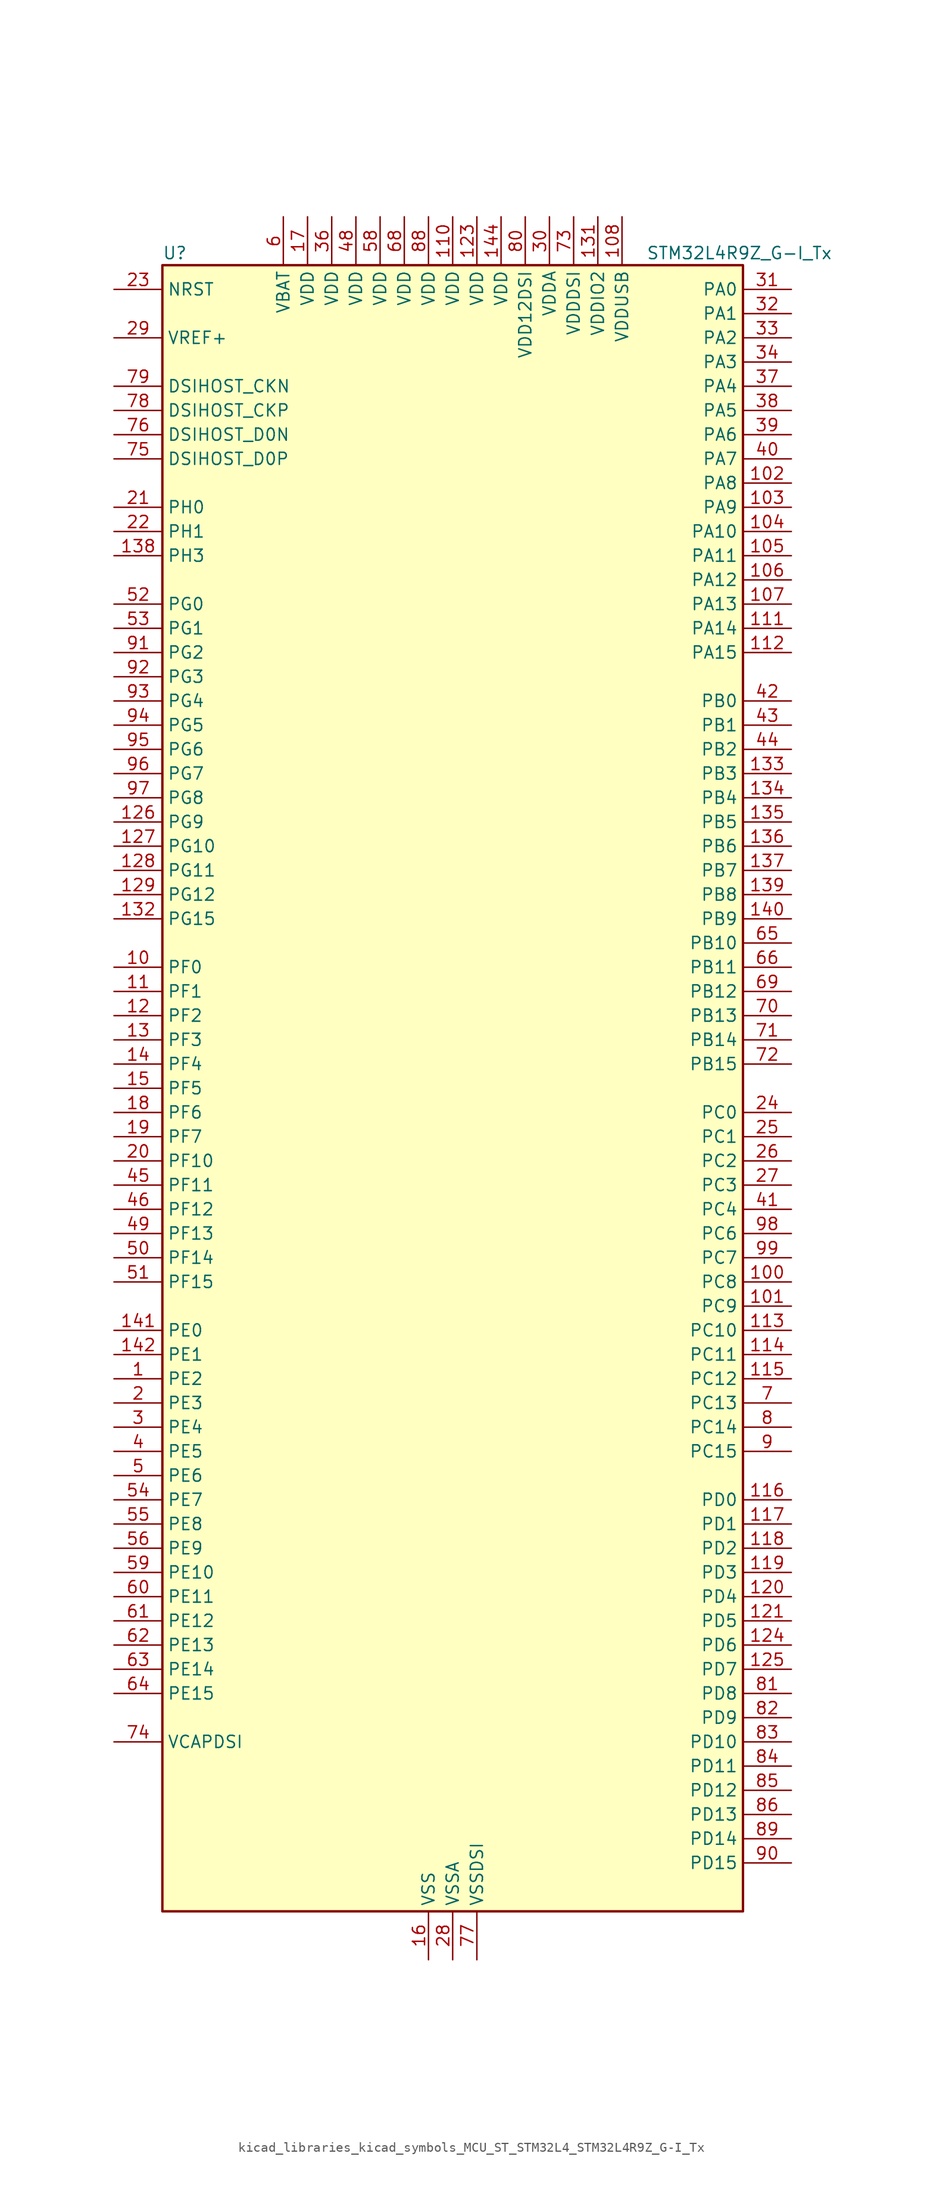
<source format=kicad_sym>
(kicad_symbol_lib
  (version 20220914)
  (generator kicad_symbol_editor)
  (symbol "kicad_libraries_kicad_symbols_MCU_ST_STM32L4_STM32L4R9Z_G-I_Tx"
    (property "Reference" "U"
      (at -30.48 87.63 0)
      (effects (font (size 1.27 1.27)) (justify left)))
    (property "Value" "STM32L4R9Z_G-I_Tx"
      (at 20.32 87.63 0)
      (effects (font (size 1.27 1.27)) (justify left)))
    (property "ki_locked" ""
      (at 0 0 0)
      (effects (font (size 1.27 1.27))))
    (symbol "kicad_libraries_kicad_symbols_MCU_ST_STM32L4_STM32L4R9Z_G-I_Tx_0_1"
      (rectangle (start -30.48 -86.36) (end 30.48 86.36) (stroke (width 0.254) (type default)) (fill (type background))))
    (symbol "kicad_libraries_kicad_symbols_MCU_ST_STM32L4_STM32L4R9Z_G-I_Tx_1_1"
      (pin bidirectional line (at -35.56 -30.48 0) (length 5.08) (name "PE2" (effects (font (size 1.27 1.27)))) (number "1" (effects (font (size 1.27 1.27)))) (alternate "FMC_A23" bidirectional line) (alternate "LTDC_R0" bidirectional line) (alternate "SAI1_CK1" bidirectional line) (alternate "SAI1_MCLK_A" bidirectional line) (alternate "SYS_TRACECLK" bidirectional line) (alternate "TIM3_ETR" bidirectional line) (alternate "TSC_G7_IO1" bidirectional line))
      (pin bidirectional line (at -35.56 12.7 0) (length 5.08) (name "PF0" (effects (font (size 1.27 1.27)))) (number "10" (effects (font (size 1.27 1.27)))) (alternate "FMC_A0" bidirectional line) (alternate "I2C2_SDA" bidirectional line) (alternate "OCTOSPIM_P2_IO0" bidirectional line))
      (pin bidirectional line (at 35.56 -20.32 180) (length 5.08) (name "PC8" (effects (font (size 1.27 1.27)))) (number "100" (effects (font (size 1.27 1.27)))) (alternate "DCMI_D2" bidirectional line) (alternate "SDMMC1_D0" bidirectional line) (alternate "TIM3_CH3" bidirectional line) (alternate "TIM8_CH3" bidirectional line) (alternate "TSC_G4_IO3" bidirectional line))
      (pin bidirectional line (at 35.56 -22.86 180) (length 5.08) (name "PC9" (effects (font (size 1.27 1.27)))) (number "101" (effects (font (size 1.27 1.27)))) (alternate "DAC1_EXTI9" bidirectional line) (alternate "DCMI_D3" bidirectional line) (alternate "I2C3_SDA" bidirectional line) (alternate "SAI2_EXTCLK" bidirectional line) (alternate "SDMMC1_D1" bidirectional line) (alternate "SYS_TRACED0" bidirectional line) (alternate "TIM3_CH4" bidirectional line) (alternate "TIM8_BKIN2" bidirectional line) (alternate "TIM8_CH4" bidirectional line) (alternate "TSC_G4_IO4" bidirectional line) (alternate "USB_OTG_FS_NOE" bidirectional line))
      (pin bidirectional line (at 35.56 63.5 180) (length 5.08) (name "PA8" (effects (font (size 1.27 1.27)))) (number "102" (effects (font (size 1.27 1.27)))) (alternate "LPTIM2_OUT" bidirectional line) (alternate "RCC_MCO" bidirectional line) (alternate "SAI1_CK2" bidirectional line) (alternate "SAI1_SCK_A" bidirectional line) (alternate "TIM1_CH1" bidirectional line) (alternate "USART1_CK" bidirectional line) (alternate "USB_OTG_FS_SOF" bidirectional line))
      (pin bidirectional line (at 35.56 60.96 180) (length 5.08) (name "PA9" (effects (font (size 1.27 1.27)))) (number "103" (effects (font (size 1.27 1.27)))) (alternate "DAC1_EXTI9" bidirectional line) (alternate "DCMI_D0" bidirectional line) (alternate "SAI1_FS_A" bidirectional line) (alternate "SPI2_SCK" bidirectional line) (alternate "TIM15_BKIN" bidirectional line) (alternate "TIM1_CH2" bidirectional line) (alternate "USART1_TX" bidirectional line) (alternate "USB_OTG_FS_VBUS" bidirectional line))
      (pin bidirectional line (at 35.56 58.42 180) (length 5.08) (name "PA10" (effects (font (size 1.27 1.27)))) (number "104" (effects (font (size 1.27 1.27)))) (alternate "DCMI_D1" bidirectional line) (alternate "SAI1_D1" bidirectional line) (alternate "SAI1_SD_A" bidirectional line) (alternate "TIM17_BKIN" bidirectional line) (alternate "TIM1_CH3" bidirectional line) (alternate "USART1_RX" bidirectional line) (alternate "USB_OTG_FS_ID" bidirectional line))
      (pin bidirectional line (at 35.56 55.88 180) (length 5.08) (name "PA11" (effects (font (size 1.27 1.27)))) (number "105" (effects (font (size 1.27 1.27)))) (alternate "ADC1_EXTI11" bidirectional line) (alternate "CAN1_RX" bidirectional line) (alternate "SPI1_MISO" bidirectional line) (alternate "TIM1_BKIN2" bidirectional line) (alternate "TIM1_CH4" bidirectional line) (alternate "USART1_CTS" bidirectional line) (alternate "USART1_NSS" bidirectional line) (alternate "USB_OTG_FS_DM" bidirectional line))
      (pin bidirectional line (at 35.56 53.34 180) (length 5.08) (name "PA12" (effects (font (size 1.27 1.27)))) (number "106" (effects (font (size 1.27 1.27)))) (alternate "CAN1_TX" bidirectional line) (alternate "SPI1_MOSI" bidirectional line) (alternate "TIM1_ETR" bidirectional line) (alternate "USART1_DE" bidirectional line) (alternate "USART1_RTS" bidirectional line) (alternate "USB_OTG_FS_DP" bidirectional line))
      (pin bidirectional line (at 35.56 50.8 180) (length 5.08) (name "PA13" (effects (font (size 1.27 1.27)))) (number "107" (effects (font (size 1.27 1.27)))) (alternate "IR_OUT" bidirectional line) (alternate "SAI1_SD_B" bidirectional line) (alternate "SYS_JTMS-SWDIO" bidirectional line) (alternate "USB_OTG_FS_NOE" bidirectional line))
      (pin power_in line (at 17.78 91.44 270) (length 5.08) (name "VDDUSB" (effects (font (size 1.27 1.27)))) (number "108" (effects (font (size 1.27 1.27)))))
      (pin passive line (at -2.54 -91.44 90) (length 5.08) hide (name "VSS" (effects (font (size 1.27 1.27)))) (number "109" (effects (font (size 1.27 1.27)))))
      (pin bidirectional line (at -35.56 10.16 0) (length 5.08) (name "PF1" (effects (font (size 1.27 1.27)))) (number "11" (effects (font (size 1.27 1.27)))) (alternate "FMC_A1" bidirectional line) (alternate "I2C2_SCL" bidirectional line) (alternate "OCTOSPIM_P2_IO1" bidirectional line))
      (pin power_in line (at 0 91.44 270) (length 5.08) (name "VDD" (effects (font (size 1.27 1.27)))) (number "110" (effects (font (size 1.27 1.27)))))
      (pin bidirectional line (at 35.56 48.26 180) (length 5.08) (name "PA14" (effects (font (size 1.27 1.27)))) (number "111" (effects (font (size 1.27 1.27)))) (alternate "I2C1_SMBA" bidirectional line) (alternate "I2C4_SMBA" bidirectional line) (alternate "LPTIM1_OUT" bidirectional line) (alternate "SAI1_FS_B" bidirectional line) (alternate "SYS_JTCK-SWCLK" bidirectional line) (alternate "USB_OTG_FS_SOF" bidirectional line))
      (pin bidirectional line (at 35.56 45.72 180) (length 5.08) (name "PA15" (effects (font (size 1.27 1.27)))) (number "112" (effects (font (size 1.27 1.27)))) (alternate "ADC1_EXTI15" bidirectional line) (alternate "SAI2_FS_B" bidirectional line) (alternate "SPI1_NSS" bidirectional line) (alternate "SPI3_NSS" bidirectional line) (alternate "SYS_JTDI" bidirectional line) (alternate "TIM2_CH1" bidirectional line) (alternate "TIM2_ETR" bidirectional line) (alternate "TSC_G3_IO1" bidirectional line) (alternate "UART4_DE" bidirectional line) (alternate "UART4_RTS" bidirectional line) (alternate "USART2_RX" bidirectional line) (alternate "USART3_DE" bidirectional line) (alternate "USART3_RTS" bidirectional line))
      (pin bidirectional line (at 35.56 -25.4 180) (length 5.08) (name "PC10" (effects (font (size 1.27 1.27)))) (number "113" (effects (font (size 1.27 1.27)))) (alternate "DCMI_D8" bidirectional line) (alternate "SAI2_SCK_B" bidirectional line) (alternate "SDMMC1_D2" bidirectional line) (alternate "SPI3_SCK" bidirectional line) (alternate "SYS_TRACED1" bidirectional line) (alternate "TSC_G3_IO2" bidirectional line) (alternate "UART4_TX" bidirectional line) (alternate "USART3_TX" bidirectional line))
      (pin bidirectional line (at 35.56 -27.94 180) (length 5.08) (name "PC11" (effects (font (size 1.27 1.27)))) (number "114" (effects (font (size 1.27 1.27)))) (alternate "ADC1_EXTI11" bidirectional line) (alternate "DCMI_D2" bidirectional line) (alternate "DCMI_D4" bidirectional line) (alternate "OCTOSPIM_P1_NCS" bidirectional line) (alternate "SAI2_MCLK_B" bidirectional line) (alternate "SDMMC1_D3" bidirectional line) (alternate "SPI3_MISO" bidirectional line) (alternate "TSC_G3_IO3" bidirectional line) (alternate "UART4_RX" bidirectional line) (alternate "USART3_RX" bidirectional line))
      (pin bidirectional line (at 35.56 -30.48 180) (length 5.08) (name "PC12" (effects (font (size 1.27 1.27)))) (number "115" (effects (font (size 1.27 1.27)))) (alternate "DCMI_D9" bidirectional line) (alternate "SAI2_SD_B" bidirectional line) (alternate "SDMMC1_CK" bidirectional line) (alternate "SPI3_MOSI" bidirectional line) (alternate "SYS_TRACED3" bidirectional line) (alternate "TSC_G3_IO4" bidirectional line) (alternate "UART5_TX" bidirectional line) (alternate "USART3_CK" bidirectional line))
      (pin bidirectional line (at 35.56 -43.18 180) (length 5.08) (name "PD0" (effects (font (size 1.27 1.27)))) (number "116" (effects (font (size 1.27 1.27)))) (alternate "CAN1_RX" bidirectional line) (alternate "DFSDM1_DATIN7" bidirectional line) (alternate "FMC_D2" bidirectional line) (alternate "FMC_DA2" bidirectional line) (alternate "LTDC_B4" bidirectional line) (alternate "SPI2_NSS" bidirectional line))
      (pin bidirectional line (at 35.56 -45.72 180) (length 5.08) (name "PD1" (effects (font (size 1.27 1.27)))) (number "117" (effects (font (size 1.27 1.27)))) (alternate "CAN1_TX" bidirectional line) (alternate "DFSDM1_CKIN7" bidirectional line) (alternate "FMC_D3" bidirectional line) (alternate "FMC_DA3" bidirectional line) (alternate "LTDC_B5" bidirectional line) (alternate "SPI2_SCK" bidirectional line))
      (pin bidirectional line (at 35.56 -48.26 180) (length 5.08) (name "PD2" (effects (font (size 1.27 1.27)))) (number "118" (effects (font (size 1.27 1.27)))) (alternate "DCMI_D11" bidirectional line) (alternate "SDMMC1_CMD" bidirectional line) (alternate "SYS_TRACED2" bidirectional line) (alternate "TIM3_ETR" bidirectional line) (alternate "TSC_SYNC" bidirectional line) (alternate "UART5_RX" bidirectional line) (alternate "USART3_DE" bidirectional line) (alternate "USART3_RTS" bidirectional line))
      (pin bidirectional line (at 35.56 -50.8 180) (length 5.08) (name "PD3" (effects (font (size 1.27 1.27)))) (number "119" (effects (font (size 1.27 1.27)))) (alternate "DCMI_D5" bidirectional line) (alternate "DFSDM1_DATIN0" bidirectional line) (alternate "FMC_CLK" bidirectional line) (alternate "LTDC_CLK" bidirectional line) (alternate "OCTOSPIM_P2_NCS" bidirectional line) (alternate "SPI2_MISO" bidirectional line) (alternate "SPI2_SCK" bidirectional line) (alternate "USART2_CTS" bidirectional line) (alternate "USART2_NSS" bidirectional line))
      (pin bidirectional line (at -35.56 7.62 0) (length 5.08) (name "PF2" (effects (font (size 1.27 1.27)))) (number "12" (effects (font (size 1.27 1.27)))) (alternate "FMC_A2" bidirectional line) (alternate "I2C2_SMBA" bidirectional line) (alternate "OCTOSPIM_P2_IO2" bidirectional line))
      (pin bidirectional line (at 35.56 -53.34 180) (length 5.08) (name "PD4" (effects (font (size 1.27 1.27)))) (number "120" (effects (font (size 1.27 1.27)))) (alternate "DFSDM1_CKIN0" bidirectional line) (alternate "FMC_NOE" bidirectional line) (alternate "OCTOSPIM_P1_IO4" bidirectional line) (alternate "SPI2_MOSI" bidirectional line) (alternate "USART2_DE" bidirectional line) (alternate "USART2_RTS" bidirectional line))
      (pin bidirectional line (at 35.56 -55.88 180) (length 5.08) (name "PD5" (effects (font (size 1.27 1.27)))) (number "121" (effects (font (size 1.27 1.27)))) (alternate "FMC_NWE" bidirectional line) (alternate "OCTOSPIM_P1_IO5" bidirectional line) (alternate "USART2_TX" bidirectional line))
      (pin passive line (at -2.54 -91.44 90) (length 5.08) hide (name "VSS" (effects (font (size 1.27 1.27)))) (number "122" (effects (font (size 1.27 1.27)))))
      (pin power_in line (at 2.54 91.44 270) (length 5.08) (name "VDD" (effects (font (size 1.27 1.27)))) (number "123" (effects (font (size 1.27 1.27)))))
      (pin bidirectional line (at 35.56 -58.42 180) (length 5.08) (name "PD6" (effects (font (size 1.27 1.27)))) (number "124" (effects (font (size 1.27 1.27)))) (alternate "DCMI_D10" bidirectional line) (alternate "DFSDM1_DATIN1" bidirectional line) (alternate "FMC_NWAIT" bidirectional line) (alternate "LTDC_DE" bidirectional line) (alternate "OCTOSPIM_P1_IO6" bidirectional line) (alternate "SAI1_D1" bidirectional line) (alternate "SAI1_SD_A" bidirectional line) (alternate "SPI3_MOSI" bidirectional line) (alternate "USART2_RX" bidirectional line))
      (pin bidirectional line (at 35.56 -60.96 180) (length 5.08) (name "PD7" (effects (font (size 1.27 1.27)))) (number "125" (effects (font (size 1.27 1.27)))) (alternate "DFSDM1_CKIN1" bidirectional line) (alternate "FMC_NCE" bidirectional line) (alternate "FMC_NE1" bidirectional line) (alternate "OCTOSPIM_P1_IO7" bidirectional line) (alternate "USART2_CK" bidirectional line))
      (pin bidirectional line (at -35.56 27.94 0) (length 5.08) (name "PG9" (effects (font (size 1.27 1.27)))) (number "126" (effects (font (size 1.27 1.27)))) (alternate "DAC1_EXTI9" bidirectional line) (alternate "FMC_NCE" bidirectional line) (alternate "FMC_NE2" bidirectional line) (alternate "OCTOSPIM_P2_IO6" bidirectional line) (alternate "SAI2_SCK_A" bidirectional line) (alternate "SPI3_SCK" bidirectional line) (alternate "TIM15_CH1N" bidirectional line) (alternate "USART1_TX" bidirectional line))
      (pin bidirectional line (at -35.56 25.4 0) (length 5.08) (name "PG10" (effects (font (size 1.27 1.27)))) (number "127" (effects (font (size 1.27 1.27)))) (alternate "FMC_NE3" bidirectional line) (alternate "LPTIM1_IN1" bidirectional line) (alternate "OCTOSPIM_P2_IO7" bidirectional line) (alternate "SAI2_FS_A" bidirectional line) (alternate "SPI3_MISO" bidirectional line) (alternate "TIM15_CH1" bidirectional line) (alternate "USART1_RX" bidirectional line))
      (pin bidirectional line (at -35.56 22.86 0) (length 5.08) (name "PG11" (effects (font (size 1.27 1.27)))) (number "128" (effects (font (size 1.27 1.27)))) (alternate "ADC1_EXTI11" bidirectional line) (alternate "LPTIM1_IN2" bidirectional line) (alternate "OCTOSPIM_P1_IO5" bidirectional line) (alternate "SAI2_MCLK_A" bidirectional line) (alternate "SPI3_MOSI" bidirectional line) (alternate "TIM15_CH2" bidirectional line) (alternate "USART1_CTS" bidirectional line) (alternate "USART1_NSS" bidirectional line))
      (pin bidirectional line (at -35.56 20.32 0) (length 5.08) (name "PG12" (effects (font (size 1.27 1.27)))) (number "129" (effects (font (size 1.27 1.27)))) (alternate "FMC_NE4" bidirectional line) (alternate "LPTIM1_ETR" bidirectional line) (alternate "OCTOSPIM_P2_NCS" bidirectional line) (alternate "SAI2_SD_A" bidirectional line) (alternate "SPI3_NSS" bidirectional line) (alternate "USART1_DE" bidirectional line) (alternate "USART1_RTS" bidirectional line))
      (pin bidirectional line (at -35.56 5.08 0) (length 5.08) (name "PF3" (effects (font (size 1.27 1.27)))) (number "13" (effects (font (size 1.27 1.27)))) (alternate "FMC_A3" bidirectional line) (alternate "OCTOSPIM_P2_IO3" bidirectional line))
      (pin passive line (at -2.54 -91.44 90) (length 5.08) hide (name "VSS" (effects (font (size 1.27 1.27)))) (number "130" (effects (font (size 1.27 1.27)))))
      (pin power_in line (at 15.24 91.44 270) (length 5.08) (name "VDDIO2" (effects (font (size 1.27 1.27)))) (number "131" (effects (font (size 1.27 1.27)))))
      (pin bidirectional line (at -35.56 17.78 0) (length 5.08) (name "PG15" (effects (font (size 1.27 1.27)))) (number "132" (effects (font (size 1.27 1.27)))) (alternate "ADC1_EXTI15" bidirectional line) (alternate "DCMI_D13" bidirectional line) (alternate "I2C1_SMBA" bidirectional line) (alternate "LPTIM1_OUT" bidirectional line) (alternate "OCTOSPIM_P2_DQS" bidirectional line))
      (pin bidirectional line (at 35.56 33.02 180) (length 5.08) (name "PB3" (effects (font (size 1.27 1.27)))) (number "133" (effects (font (size 1.27 1.27)))) (alternate "COMP2_INM" bidirectional line) (alternate "CRS_SYNC" bidirectional line) (alternate "SAI1_SCK_B" bidirectional line) (alternate "SPI1_SCK" bidirectional line) (alternate "SPI3_SCK" bidirectional line) (alternate "SYS_JTDO-SWO" bidirectional line) (alternate "TIM2_CH2" bidirectional line) (alternate "USART1_DE" bidirectional line) (alternate "USART1_RTS" bidirectional line))
      (pin bidirectional line (at 35.56 30.48 180) (length 5.08) (name "PB4" (effects (font (size 1.27 1.27)))) (number "134" (effects (font (size 1.27 1.27)))) (alternate "COMP2_INP" bidirectional line) (alternate "DCMI_D12" bidirectional line) (alternate "I2C3_SDA" bidirectional line) (alternate "SAI1_MCLK_B" bidirectional line) (alternate "SPI1_MISO" bidirectional line) (alternate "SPI3_MISO" bidirectional line) (alternate "SYS_JTRST" bidirectional line) (alternate "TIM17_BKIN" bidirectional line) (alternate "TIM3_CH1" bidirectional line) (alternate "TSC_G2_IO1" bidirectional line) (alternate "UART5_DE" bidirectional line) (alternate "UART5_RTS" bidirectional line) (alternate "USART1_CTS" bidirectional line) (alternate "USART1_NSS" bidirectional line))
      (pin bidirectional line (at 35.56 27.94 180) (length 5.08) (name "PB5" (effects (font (size 1.27 1.27)))) (number "135" (effects (font (size 1.27 1.27)))) (alternate "COMP2_OUT" bidirectional line) (alternate "DCMI_D10" bidirectional line) (alternate "I2C1_SMBA" bidirectional line) (alternate "LPTIM1_IN1" bidirectional line) (alternate "SAI1_SD_B" bidirectional line) (alternate "SPI1_MOSI" bidirectional line) (alternate "SPI3_MOSI" bidirectional line) (alternate "TIM16_BKIN" bidirectional line) (alternate "TIM3_CH2" bidirectional line) (alternate "TSC_G2_IO2" bidirectional line) (alternate "UART5_CTS" bidirectional line) (alternate "USART1_CK" bidirectional line))
      (pin bidirectional line (at 35.56 25.4 180) (length 5.08) (name "PB6" (effects (font (size 1.27 1.27)))) (number "136" (effects (font (size 1.27 1.27)))) (alternate "COMP2_INP" bidirectional line) (alternate "DCMI_D5" bidirectional line) (alternate "DFSDM1_DATIN5" bidirectional line) (alternate "I2C1_SCL" bidirectional line) (alternate "I2C4_SCL" bidirectional line) (alternate "LPTIM1_ETR" bidirectional line) (alternate "SAI1_FS_B" bidirectional line) (alternate "TIM16_CH1N" bidirectional line) (alternate "TIM4_CH1" bidirectional line) (alternate "TIM8_BKIN2" bidirectional line) (alternate "TSC_G2_IO3" bidirectional line) (alternate "USART1_TX" bidirectional line))
      (pin bidirectional line (at 35.56 22.86 180) (length 5.08) (name "PB7" (effects (font (size 1.27 1.27)))) (number "137" (effects (font (size 1.27 1.27)))) (alternate "COMP2_INM" bidirectional line) (alternate "DCMI_VSYNC" bidirectional line) (alternate "DFSDM1_CKIN5" bidirectional line) (alternate "DSIHOST_TE" bidirectional line) (alternate "FMC_NL" bidirectional line) (alternate "I2C1_SDA" bidirectional line) (alternate "I2C4_SDA" bidirectional line) (alternate "LPTIM1_IN2" bidirectional line) (alternate "SYS_PVD_IN" bidirectional line) (alternate "TIM17_CH1N" bidirectional line) (alternate "TIM4_CH2" bidirectional line) (alternate "TIM8_BKIN" bidirectional line) (alternate "TSC_G2_IO4" bidirectional line) (alternate "UART4_CTS" bidirectional line) (alternate "USART1_RX" bidirectional line))
      (pin bidirectional line (at -35.56 55.88 0) (length 5.08) (name "PH3" (effects (font (size 1.27 1.27)))) (number "138" (effects (font (size 1.27 1.27)))))
      (pin bidirectional line (at 35.56 20.32 180) (length 5.08) (name "PB8" (effects (font (size 1.27 1.27)))) (number "139" (effects (font (size 1.27 1.27)))) (alternate "CAN1_RX" bidirectional line) (alternate "DCMI_D6" bidirectional line) (alternate "DFSDM1_CKOUT" bidirectional line) (alternate "DFSDM1_DATIN6" bidirectional line) (alternate "I2C1_SCL" bidirectional line) (alternate "LTDC_B1" bidirectional line) (alternate "SAI1_CK1" bidirectional line) (alternate "SAI1_MCLK_A" bidirectional line) (alternate "SDMMC1_CKIN" bidirectional line) (alternate "SDMMC1_D4" bidirectional line) (alternate "TIM16_CH1" bidirectional line) (alternate "TIM4_CH3" bidirectional line))
      (pin bidirectional line (at -35.56 2.54 0) (length 5.08) (name "PF4" (effects (font (size 1.27 1.27)))) (number "14" (effects (font (size 1.27 1.27)))) (alternate "FMC_A4" bidirectional line) (alternate "OCTOSPIM_P2_CLK" bidirectional line))
      (pin bidirectional line (at 35.56 17.78 180) (length 5.08) (name "PB9" (effects (font (size 1.27 1.27)))) (number "140" (effects (font (size 1.27 1.27)))) (alternate "CAN1_TX" bidirectional line) (alternate "DAC1_EXTI9" bidirectional line) (alternate "DCMI_D7" bidirectional line) (alternate "DFSDM1_CKIN6" bidirectional line) (alternate "I2C1_SDA" bidirectional line) (alternate "IR_OUT" bidirectional line) (alternate "SAI1_D2" bidirectional line) (alternate "SAI1_FS_A" bidirectional line) (alternate "SDMMC1_CDIR" bidirectional line) (alternate "SDMMC1_D5" bidirectional line) (alternate "SPI2_NSS" bidirectional line) (alternate "TIM17_CH1" bidirectional line) (alternate "TIM4_CH4" bidirectional line))
      (pin bidirectional line (at -35.56 -25.4 0) (length 5.08) (name "PE0" (effects (font (size 1.27 1.27)))) (number "141" (effects (font (size 1.27 1.27)))) (alternate "DCMI_D2" bidirectional line) (alternate "FMC_NBL0" bidirectional line) (alternate "LTDC_HSYNC" bidirectional line) (alternate "TIM16_CH1" bidirectional line) (alternate "TIM4_ETR" bidirectional line))
      (pin bidirectional line (at -35.56 -27.94 0) (length 5.08) (name "PE1" (effects (font (size 1.27 1.27)))) (number "142" (effects (font (size 1.27 1.27)))) (alternate "DCMI_D3" bidirectional line) (alternate "FMC_NBL1" bidirectional line) (alternate "LTDC_VSYNC" bidirectional line) (alternate "TIM17_CH1" bidirectional line))
      (pin passive line (at -2.54 -91.44 90) (length 5.08) hide (name "VSS" (effects (font (size 1.27 1.27)))) (number "143" (effects (font (size 1.27 1.27)))))
      (pin power_in line (at 5.08 91.44 270) (length 5.08) (name "VDD" (effects (font (size 1.27 1.27)))) (number "144" (effects (font (size 1.27 1.27)))))
      (pin bidirectional line (at -35.56 0 0) (length 5.08) (name "PF5" (effects (font (size 1.27 1.27)))) (number "15" (effects (font (size 1.27 1.27)))) (alternate "FMC_A5" bidirectional line))
      (pin power_in line (at -2.54 -91.44 90) (length 5.08) (name "VSS" (effects (font (size 1.27 1.27)))) (number "16" (effects (font (size 1.27 1.27)))))
      (pin power_in line (at -15.24 91.44 270) (length 5.08) (name "VDD" (effects (font (size 1.27 1.27)))) (number "17" (effects (font (size 1.27 1.27)))))
      (pin bidirectional line (at -35.56 -2.54 0) (length 5.08) (name "PF6" (effects (font (size 1.27 1.27)))) (number "18" (effects (font (size 1.27 1.27)))) (alternate "OCTOSPIM_P1_IO3" bidirectional line) (alternate "SAI1_SD_B" bidirectional line) (alternate "TIM5_CH1" bidirectional line) (alternate "TIM5_ETR" bidirectional line))
      (pin bidirectional line (at -35.56 -5.08 0) (length 5.08) (name "PF7" (effects (font (size 1.27 1.27)))) (number "19" (effects (font (size 1.27 1.27)))) (alternate "OCTOSPIM_P1_IO2" bidirectional line) (alternate "SAI1_MCLK_B" bidirectional line) (alternate "TIM5_CH2" bidirectional line))
      (pin bidirectional line (at -35.56 -33.02 0) (length 5.08) (name "PE3" (effects (font (size 1.27 1.27)))) (number "2" (effects (font (size 1.27 1.27)))) (alternate "FMC_A19" bidirectional line) (alternate "LTDC_R1" bidirectional line) (alternate "OCTOSPIM_P1_DQS" bidirectional line) (alternate "SAI1_SD_B" bidirectional line) (alternate "SYS_TRACED0" bidirectional line) (alternate "TIM3_CH1" bidirectional line) (alternate "TSC_G7_IO2" bidirectional line))
      (pin bidirectional line (at -35.56 -7.62 0) (length 5.08) (name "PF10" (effects (font (size 1.27 1.27)))) (number "20" (effects (font (size 1.27 1.27)))) (alternate "DCMI_D11" bidirectional line) (alternate "DFSDM1_CKOUT" bidirectional line) (alternate "OCTOSPIM_P1_CLK" bidirectional line) (alternate "SAI1_D3" bidirectional line) (alternate "TIM15_CH2" bidirectional line))
      (pin bidirectional line (at -35.56 60.96 0) (length 5.08) (name "PH0" (effects (font (size 1.27 1.27)))) (number "21" (effects (font (size 1.27 1.27)))) (alternate "RCC_OSC_IN" bidirectional line))
      (pin bidirectional line (at -35.56 58.42 0) (length 5.08) (name "PH1" (effects (font (size 1.27 1.27)))) (number "22" (effects (font (size 1.27 1.27)))) (alternate "RCC_OSC_OUT" bidirectional line))
      (pin input line (at -35.56 83.82 0) (length 5.08) (name "NRST" (effects (font (size 1.27 1.27)))) (number "23" (effects (font (size 1.27 1.27)))))
      (pin bidirectional line (at 35.56 -2.54 180) (length 5.08) (name "PC0" (effects (font (size 1.27 1.27)))) (number "24" (effects (font (size 1.27 1.27)))) (alternate "ADC1_IN1" bidirectional line) (alternate "DFSDM1_DATIN4" bidirectional line) (alternate "I2C3_SCL" bidirectional line) (alternate "LPTIM1_IN1" bidirectional line) (alternate "LPTIM2_IN1" bidirectional line) (alternate "LPUART1_RX" bidirectional line) (alternate "SAI2_FS_A" bidirectional line))
      (pin bidirectional line (at 35.56 -5.08 180) (length 5.08) (name "PC1" (effects (font (size 1.27 1.27)))) (number "25" (effects (font (size 1.27 1.27)))) (alternate "ADC1_IN2" bidirectional line) (alternate "DFSDM1_CKIN4" bidirectional line) (alternate "I2C3_SDA" bidirectional line) (alternate "LPTIM1_OUT" bidirectional line) (alternate "LPUART1_TX" bidirectional line) (alternate "OCTOSPIM_P1_IO4" bidirectional line) (alternate "SAI1_SD_A" bidirectional line) (alternate "SPI2_MOSI" bidirectional line) (alternate "SYS_TRACED0" bidirectional line))
      (pin bidirectional line (at 35.56 -7.62 180) (length 5.08) (name "PC2" (effects (font (size 1.27 1.27)))) (number "26" (effects (font (size 1.27 1.27)))) (alternate "ADC1_IN3" bidirectional line) (alternate "DFSDM1_CKOUT" bidirectional line) (alternate "LPTIM1_IN2" bidirectional line) (alternate "OCTOSPIM_P1_IO5" bidirectional line) (alternate "SPI2_MISO" bidirectional line))
      (pin bidirectional line (at 35.56 -10.16 180) (length 5.08) (name "PC3" (effects (font (size 1.27 1.27)))) (number "27" (effects (font (size 1.27 1.27)))) (alternate "ADC1_IN4" bidirectional line) (alternate "LPTIM1_ETR" bidirectional line) (alternate "LPTIM2_ETR" bidirectional line) (alternate "OCTOSPIM_P1_IO6" bidirectional line) (alternate "SAI1_D1" bidirectional line) (alternate "SAI1_SD_A" bidirectional line) (alternate "SPI2_MOSI" bidirectional line))
      (pin power_in line (at 0 -91.44 90) (length 5.08) (name "VSSA" (effects (font (size 1.27 1.27)))) (number "28" (effects (font (size 1.27 1.27)))))
      (pin input line (at -35.56 78.74 0) (length 5.08) (name "VREF+" (effects (font (size 1.27 1.27)))) (number "29" (effects (font (size 1.27 1.27)))) (alternate "VREFBUF_OUT" bidirectional line))
      (pin bidirectional line (at -35.56 -35.56 0) (length 5.08) (name "PE4" (effects (font (size 1.27 1.27)))) (number "3" (effects (font (size 1.27 1.27)))) (alternate "DCMI_D4" bidirectional line) (alternate "DFSDM1_DATIN3" bidirectional line) (alternate "FMC_A20" bidirectional line) (alternate "LTDC_B0" bidirectional line) (alternate "SAI1_D2" bidirectional line) (alternate "SAI1_FS_A" bidirectional line) (alternate "SYS_TRACED1" bidirectional line) (alternate "TIM3_CH2" bidirectional line) (alternate "TSC_G7_IO3" bidirectional line))
      (pin power_in line (at 10.16 91.44 270) (length 5.08) (name "VDDA" (effects (font (size 1.27 1.27)))) (number "30" (effects (font (size 1.27 1.27)))))
      (pin bidirectional line (at 35.56 83.82 180) (length 5.08) (name "PA0" (effects (font (size 1.27 1.27)))) (number "31" (effects (font (size 1.27 1.27)))) (alternate "ADC1_IN5" bidirectional line) (alternate "OPAMP1_VINP" bidirectional line) (alternate "RTC_TAMP2" bidirectional line) (alternate "SAI1_EXTCLK" bidirectional line) (alternate "SYS_WKUP1" bidirectional line) (alternate "TIM2_CH1" bidirectional line) (alternate "TIM2_ETR" bidirectional line) (alternate "TIM5_CH1" bidirectional line) (alternate "TIM8_ETR" bidirectional line) (alternate "UART4_TX" bidirectional line) (alternate "USART2_CTS" bidirectional line) (alternate "USART2_NSS" bidirectional line))
      (pin bidirectional line (at 35.56 81.28 180) (length 5.08) (name "PA1" (effects (font (size 1.27 1.27)))) (number "32" (effects (font (size 1.27 1.27)))) (alternate "ADC1_IN6" bidirectional line) (alternate "I2C1_SMBA" bidirectional line) (alternate "OCTOSPIM_P1_DQS" bidirectional line) (alternate "OPAMP1_VINM" bidirectional line) (alternate "SPI1_SCK" bidirectional line) (alternate "TIM15_CH1N" bidirectional line) (alternate "TIM2_CH2" bidirectional line) (alternate "TIM5_CH2" bidirectional line) (alternate "UART4_RX" bidirectional line) (alternate "USART2_DE" bidirectional line) (alternate "USART2_RTS" bidirectional line))
      (pin bidirectional line (at 35.56 78.74 180) (length 5.08) (name "PA2" (effects (font (size 1.27 1.27)))) (number "33" (effects (font (size 1.27 1.27)))) (alternate "ADC1_IN7" bidirectional line) (alternate "LPUART1_TX" bidirectional line) (alternate "OCTOSPIM_P1_NCS" bidirectional line) (alternate "RCC_LSCO" bidirectional line) (alternate "SAI2_EXTCLK" bidirectional line) (alternate "SYS_WKUP4" bidirectional line) (alternate "TIM15_CH1" bidirectional line) (alternate "TIM2_CH3" bidirectional line) (alternate "TIM5_CH3" bidirectional line) (alternate "USART2_TX" bidirectional line))
      (pin bidirectional line (at 35.56 76.2 180) (length 5.08) (name "PA3" (effects (font (size 1.27 1.27)))) (number "34" (effects (font (size 1.27 1.27)))) (alternate "ADC1_IN8" bidirectional line) (alternate "LPUART1_RX" bidirectional line) (alternate "OCTOSPIM_P1_CLK" bidirectional line) (alternate "OPAMP1_VOUT" bidirectional line) (alternate "SAI1_CK1" bidirectional line) (alternate "SAI1_MCLK_A" bidirectional line) (alternate "TIM15_CH2" bidirectional line) (alternate "TIM2_CH4" bidirectional line) (alternate "TIM5_CH4" bidirectional line) (alternate "USART2_RX" bidirectional line))
      (pin passive line (at -2.54 -91.44 90) (length 5.08) hide (name "VSS" (effects (font (size 1.27 1.27)))) (number "35" (effects (font (size 1.27 1.27)))))
      (pin power_in line (at -12.7 91.44 270) (length 5.08) (name "VDD" (effects (font (size 1.27 1.27)))) (number "36" (effects (font (size 1.27 1.27)))))
      (pin bidirectional line (at 35.56 73.66 180) (length 5.08) (name "PA4" (effects (font (size 1.27 1.27)))) (number "37" (effects (font (size 1.27 1.27)))) (alternate "ADC1_IN9" bidirectional line) (alternate "DAC1_OUT1" bidirectional line) (alternate "DCMI_HSYNC" bidirectional line) (alternate "LPTIM2_OUT" bidirectional line) (alternate "OCTOSPIM_P1_NCS" bidirectional line) (alternate "SAI1_FS_B" bidirectional line) (alternate "SPI1_NSS" bidirectional line) (alternate "SPI3_NSS" bidirectional line) (alternate "USART2_CK" bidirectional line))
      (pin bidirectional line (at 35.56 71.12 180) (length 5.08) (name "PA5" (effects (font (size 1.27 1.27)))) (number "38" (effects (font (size 1.27 1.27)))) (alternate "ADC1_IN10" bidirectional line) (alternate "DAC1_OUT2" bidirectional line) (alternate "LPTIM2_ETR" bidirectional line) (alternate "SPI1_SCK" bidirectional line) (alternate "TIM2_CH1" bidirectional line) (alternate "TIM2_ETR" bidirectional line) (alternate "TIM8_CH1N" bidirectional line))
      (pin bidirectional line (at 35.56 68.58 180) (length 5.08) (name "PA6" (effects (font (size 1.27 1.27)))) (number "39" (effects (font (size 1.27 1.27)))) (alternate "ADC1_IN11" bidirectional line) (alternate "DCMI_PIXCLK" bidirectional line) (alternate "LPUART1_CTS" bidirectional line) (alternate "OCTOSPIM_P1_IO3" bidirectional line) (alternate "OPAMP2_VINP" bidirectional line) (alternate "SPI1_MISO" bidirectional line) (alternate "TIM16_CH1" bidirectional line) (alternate "TIM1_BKIN" bidirectional line) (alternate "TIM3_CH1" bidirectional line) (alternate "TIM8_BKIN" bidirectional line) (alternate "USART3_CTS" bidirectional line) (alternate "USART3_NSS" bidirectional line))
      (pin bidirectional line (at -35.56 -38.1 0) (length 5.08) (name "PE5" (effects (font (size 1.27 1.27)))) (number "4" (effects (font (size 1.27 1.27)))) (alternate "DCMI_D6" bidirectional line) (alternate "DFSDM1_CKIN3" bidirectional line) (alternate "FMC_A21" bidirectional line) (alternate "LTDC_G0" bidirectional line) (alternate "SAI1_CK2" bidirectional line) (alternate "SAI1_SCK_A" bidirectional line) (alternate "SYS_TRACED2" bidirectional line) (alternate "TIM3_CH3" bidirectional line) (alternate "TSC_G7_IO4" bidirectional line))
      (pin bidirectional line (at 35.56 66.04 180) (length 5.08) (name "PA7" (effects (font (size 1.27 1.27)))) (number "40" (effects (font (size 1.27 1.27)))) (alternate "ADC1_IN12" bidirectional line) (alternate "I2C3_SCL" bidirectional line) (alternate "OCTOSPIM_P1_IO2" bidirectional line) (alternate "OPAMP2_VINM" bidirectional line) (alternate "SPI1_MOSI" bidirectional line) (alternate "TIM17_CH1" bidirectional line) (alternate "TIM1_CH1N" bidirectional line) (alternate "TIM3_CH2" bidirectional line) (alternate "TIM8_CH1N" bidirectional line))
      (pin bidirectional line (at 35.56 -12.7 180) (length 5.08) (name "PC4" (effects (font (size 1.27 1.27)))) (number "41" (effects (font (size 1.27 1.27)))) (alternate "ADC1_IN13" bidirectional line) (alternate "COMP1_INM" bidirectional line) (alternate "OCTOSPIM_P1_IO7" bidirectional line) (alternate "USART3_TX" bidirectional line))
      (pin bidirectional line (at 35.56 40.64 180) (length 5.08) (name "PB0" (effects (font (size 1.27 1.27)))) (number "42" (effects (font (size 1.27 1.27)))) (alternate "ADC1_IN15" bidirectional line) (alternate "COMP1_OUT" bidirectional line) (alternate "OCTOSPIM_P1_IO1" bidirectional line) (alternate "OPAMP2_VOUT" bidirectional line) (alternate "SAI1_EXTCLK" bidirectional line) (alternate "SPI1_NSS" bidirectional line) (alternate "TIM1_CH2N" bidirectional line) (alternate "TIM3_CH3" bidirectional line) (alternate "TIM8_CH2N" bidirectional line) (alternate "USART3_CK" bidirectional line))
      (pin bidirectional line (at 35.56 38.1 180) (length 5.08) (name "PB1" (effects (font (size 1.27 1.27)))) (number "43" (effects (font (size 1.27 1.27)))) (alternate "ADC1_IN16" bidirectional line) (alternate "COMP1_INM" bidirectional line) (alternate "DFSDM1_DATIN0" bidirectional line) (alternate "LPTIM2_IN1" bidirectional line) (alternate "LPUART1_DE" bidirectional line) (alternate "LPUART1_RTS" bidirectional line) (alternate "OCTOSPIM_P1_IO0" bidirectional line) (alternate "TIM1_CH3N" bidirectional line) (alternate "TIM3_CH4" bidirectional line) (alternate "TIM8_CH3N" bidirectional line) (alternate "USART3_DE" bidirectional line) (alternate "USART3_RTS" bidirectional line))
      (pin bidirectional line (at 35.56 35.56 180) (length 5.08) (name "PB2" (effects (font (size 1.27 1.27)))) (number "44" (effects (font (size 1.27 1.27)))) (alternate "COMP1_INP" bidirectional line) (alternate "DFSDM1_CKIN0" bidirectional line) (alternate "I2C3_SMBA" bidirectional line) (alternate "LPTIM1_OUT" bidirectional line) (alternate "LTDC_B1" bidirectional line) (alternate "OCTOSPIM_P1_DQS" bidirectional line) (alternate "RTC_OUT_ALARM" bidirectional line) (alternate "RTC_OUT_CALIB" bidirectional line))
      (pin bidirectional line (at -35.56 -10.16 0) (length 5.08) (name "PF11" (effects (font (size 1.27 1.27)))) (number "45" (effects (font (size 1.27 1.27)))) (alternate "ADC1_EXTI11" bidirectional line) (alternate "DCMI_D12" bidirectional line) (alternate "DSIHOST_TE" bidirectional line) (alternate "LTDC_DE" bidirectional line))
      (pin bidirectional line (at -35.56 -12.7 0) (length 5.08) (name "PF12" (effects (font (size 1.27 1.27)))) (number "46" (effects (font (size 1.27 1.27)))) (alternate "FMC_A6" bidirectional line) (alternate "LTDC_B0" bidirectional line) (alternate "OCTOSPIM_P2_DQS" bidirectional line))
      (pin passive line (at -2.54 -91.44 90) (length 5.08) hide (name "VSS" (effects (font (size 1.27 1.27)))) (number "47" (effects (font (size 1.27 1.27)))))
      (pin power_in line (at -10.16 91.44 270) (length 5.08) (name "VDD" (effects (font (size 1.27 1.27)))) (number "48" (effects (font (size 1.27 1.27)))))
      (pin bidirectional line (at -35.56 -15.24 0) (length 5.08) (name "PF13" (effects (font (size 1.27 1.27)))) (number "49" (effects (font (size 1.27 1.27)))) (alternate "DFSDM1_DATIN6" bidirectional line) (alternate "FMC_A7" bidirectional line) (alternate "I2C4_SMBA" bidirectional line) (alternate "LTDC_B1" bidirectional line))
      (pin bidirectional line (at -35.56 -40.64 0) (length 5.08) (name "PE6" (effects (font (size 1.27 1.27)))) (number "5" (effects (font (size 1.27 1.27)))) (alternate "DCMI_D7" bidirectional line) (alternate "FMC_A22" bidirectional line) (alternate "LTDC_G1" bidirectional line) (alternate "RTC_TAMP3" bidirectional line) (alternate "SAI1_D1" bidirectional line) (alternate "SAI1_SD_A" bidirectional line) (alternate "SYS_TRACED3" bidirectional line) (alternate "SYS_WKUP3" bidirectional line) (alternate "TIM3_CH4" bidirectional line))
      (pin bidirectional line (at -35.56 -17.78 0) (length 5.08) (name "PF14" (effects (font (size 1.27 1.27)))) (number "50" (effects (font (size 1.27 1.27)))) (alternate "DFSDM1_CKIN6" bidirectional line) (alternate "FMC_A8" bidirectional line) (alternate "I2C4_SCL" bidirectional line) (alternate "LTDC_G0" bidirectional line) (alternate "TSC_G8_IO1" bidirectional line))
      (pin bidirectional line (at -35.56 -20.32 0) (length 5.08) (name "PF15" (effects (font (size 1.27 1.27)))) (number "51" (effects (font (size 1.27 1.27)))) (alternate "ADC1_EXTI15" bidirectional line) (alternate "FMC_A9" bidirectional line) (alternate "I2C4_SDA" bidirectional line) (alternate "LTDC_G1" bidirectional line) (alternate "TSC_G8_IO2" bidirectional line))
      (pin bidirectional line (at -35.56 50.8 0) (length 5.08) (name "PG0" (effects (font (size 1.27 1.27)))) (number "52" (effects (font (size 1.27 1.27)))) (alternate "FMC_A10" bidirectional line) (alternate "OCTOSPIM_P2_IO4" bidirectional line) (alternate "TSC_G8_IO3" bidirectional line))
      (pin bidirectional line (at -35.56 48.26 0) (length 5.08) (name "PG1" (effects (font (size 1.27 1.27)))) (number "53" (effects (font (size 1.27 1.27)))) (alternate "FMC_A11" bidirectional line) (alternate "OCTOSPIM_P2_IO5" bidirectional line) (alternate "TSC_G8_IO4" bidirectional line))
      (pin bidirectional line (at -35.56 -43.18 0) (length 5.08) (name "PE7" (effects (font (size 1.27 1.27)))) (number "54" (effects (font (size 1.27 1.27)))) (alternate "DFSDM1_DATIN2" bidirectional line) (alternate "FMC_D4" bidirectional line) (alternate "FMC_DA4" bidirectional line) (alternate "LTDC_B6" bidirectional line) (alternate "SAI1_SD_B" bidirectional line) (alternate "TIM1_ETR" bidirectional line))
      (pin bidirectional line (at -35.56 -45.72 0) (length 5.08) (name "PE8" (effects (font (size 1.27 1.27)))) (number "55" (effects (font (size 1.27 1.27)))) (alternate "DFSDM1_CKIN2" bidirectional line) (alternate "FMC_D5" bidirectional line) (alternate "FMC_DA5" bidirectional line) (alternate "LTDC_B7" bidirectional line) (alternate "SAI1_SCK_B" bidirectional line) (alternate "TIM1_CH1N" bidirectional line))
      (pin bidirectional line (at -35.56 -48.26 0) (length 5.08) (name "PE9" (effects (font (size 1.27 1.27)))) (number "56" (effects (font (size 1.27 1.27)))) (alternate "DAC1_EXTI9" bidirectional line) (alternate "DFSDM1_CKOUT" bidirectional line) (alternate "FMC_D6" bidirectional line) (alternate "FMC_DA6" bidirectional line) (alternate "LTDC_G2" bidirectional line) (alternate "SAI1_FS_B" bidirectional line) (alternate "TIM1_CH1" bidirectional line))
      (pin passive line (at -2.54 -91.44 90) (length 5.08) hide (name "VSS" (effects (font (size 1.27 1.27)))) (number "57" (effects (font (size 1.27 1.27)))))
      (pin power_in line (at -7.62 91.44 270) (length 5.08) (name "VDD" (effects (font (size 1.27 1.27)))) (number "58" (effects (font (size 1.27 1.27)))))
      (pin bidirectional line (at -35.56 -50.8 0) (length 5.08) (name "PE10" (effects (font (size 1.27 1.27)))) (number "59" (effects (font (size 1.27 1.27)))) (alternate "DFSDM1_DATIN4" bidirectional line) (alternate "FMC_D7" bidirectional line) (alternate "FMC_DA7" bidirectional line) (alternate "LTDC_G3" bidirectional line) (alternate "OCTOSPIM_P1_CLK" bidirectional line) (alternate "SAI1_MCLK_B" bidirectional line) (alternate "TIM1_CH2N" bidirectional line) (alternate "TSC_G5_IO1" bidirectional line))
      (pin power_in line (at -17.78 91.44 270) (length 5.08) (name "VBAT" (effects (font (size 1.27 1.27)))) (number "6" (effects (font (size 1.27 1.27)))))
      (pin bidirectional line (at -35.56 -53.34 0) (length 5.08) (name "PE11" (effects (font (size 1.27 1.27)))) (number "60" (effects (font (size 1.27 1.27)))) (alternate "ADC1_EXTI11" bidirectional line) (alternate "DFSDM1_CKIN4" bidirectional line) (alternate "FMC_D8" bidirectional line) (alternate "FMC_DA8" bidirectional line) (alternate "LTDC_G4" bidirectional line) (alternate "OCTOSPIM_P1_NCS" bidirectional line) (alternate "TIM1_CH2" bidirectional line) (alternate "TSC_G5_IO2" bidirectional line))
      (pin bidirectional line (at -35.56 -55.88 0) (length 5.08) (name "PE12" (effects (font (size 1.27 1.27)))) (number "61" (effects (font (size 1.27 1.27)))) (alternate "DFSDM1_DATIN5" bidirectional line) (alternate "FMC_D9" bidirectional line) (alternate "FMC_DA9" bidirectional line) (alternate "LTDC_G5" bidirectional line) (alternate "OCTOSPIM_P1_IO0" bidirectional line) (alternate "SPI1_NSS" bidirectional line) (alternate "TIM1_CH3N" bidirectional line) (alternate "TSC_G5_IO3" bidirectional line))
      (pin bidirectional line (at -35.56 -58.42 0) (length 5.08) (name "PE13" (effects (font (size 1.27 1.27)))) (number "62" (effects (font (size 1.27 1.27)))) (alternate "DFSDM1_CKIN5" bidirectional line) (alternate "FMC_D10" bidirectional line) (alternate "FMC_DA10" bidirectional line) (alternate "LTDC_G6" bidirectional line) (alternate "OCTOSPIM_P1_IO1" bidirectional line) (alternate "SPI1_SCK" bidirectional line) (alternate "TIM1_CH3" bidirectional line) (alternate "TSC_G5_IO4" bidirectional line))
      (pin bidirectional line (at -35.56 -60.96 0) (length 5.08) (name "PE14" (effects (font (size 1.27 1.27)))) (number "63" (effects (font (size 1.27 1.27)))) (alternate "FMC_D11" bidirectional line) (alternate "FMC_DA11" bidirectional line) (alternate "LTDC_G7" bidirectional line) (alternate "OCTOSPIM_P1_IO2" bidirectional line) (alternate "SPI1_MISO" bidirectional line) (alternate "TIM1_BKIN2" bidirectional line) (alternate "TIM1_CH4" bidirectional line))
      (pin bidirectional line (at -35.56 -63.5 0) (length 5.08) (name "PE15" (effects (font (size 1.27 1.27)))) (number "64" (effects (font (size 1.27 1.27)))) (alternate "ADC1_EXTI15" bidirectional line) (alternate "FMC_D12" bidirectional line) (alternate "FMC_DA12" bidirectional line) (alternate "LTDC_R2" bidirectional line) (alternate "OCTOSPIM_P1_IO3" bidirectional line) (alternate "SPI1_MOSI" bidirectional line) (alternate "TIM1_BKIN" bidirectional line))
      (pin bidirectional line (at 35.56 15.24 180) (length 5.08) (name "PB10" (effects (font (size 1.27 1.27)))) (number "65" (effects (font (size 1.27 1.27)))) (alternate "COMP1_OUT" bidirectional line) (alternate "DFSDM1_DATIN7" bidirectional line) (alternate "I2C2_SCL" bidirectional line) (alternate "I2C4_SCL" bidirectional line) (alternate "LPUART1_RX" bidirectional line) (alternate "OCTOSPIM_P1_CLK" bidirectional line) (alternate "SAI1_SCK_A" bidirectional line) (alternate "SPI2_SCK" bidirectional line) (alternate "TIM2_CH3" bidirectional line) (alternate "TSC_SYNC" bidirectional line) (alternate "USART3_TX" bidirectional line))
      (pin bidirectional line (at 35.56 12.7 180) (length 5.08) (name "PB11" (effects (font (size 1.27 1.27)))) (number "66" (effects (font (size 1.27 1.27)))) (alternate "ADC1_EXTI11" bidirectional line) (alternate "COMP2_OUT" bidirectional line) (alternate "DFSDM1_CKIN7" bidirectional line) (alternate "DSIHOST_TE" bidirectional line) (alternate "I2C2_SDA" bidirectional line) (alternate "I2C4_SDA" bidirectional line) (alternate "LPUART1_TX" bidirectional line) (alternate "OCTOSPIM_P1_NCS" bidirectional line) (alternate "TIM2_CH4" bidirectional line) (alternate "USART3_RX" bidirectional line))
      (pin passive line (at -2.54 -91.44 90) (length 5.08) hide (name "VSS" (effects (font (size 1.27 1.27)))) (number "67" (effects (font (size 1.27 1.27)))))
      (pin power_in line (at -5.08 91.44 270) (length 5.08) (name "VDD" (effects (font (size 1.27 1.27)))) (number "68" (effects (font (size 1.27 1.27)))))
      (pin bidirectional line (at 35.56 10.16 180) (length 5.08) (name "PB12" (effects (font (size 1.27 1.27)))) (number "69" (effects (font (size 1.27 1.27)))) (alternate "DFSDM1_DATIN1" bidirectional line) (alternate "I2C2_SMBA" bidirectional line) (alternate "LPUART1_DE" bidirectional line) (alternate "LPUART1_RTS" bidirectional line) (alternate "SAI2_FS_A" bidirectional line) (alternate "SPI2_NSS" bidirectional line) (alternate "TIM15_BKIN" bidirectional line) (alternate "TIM1_BKIN" bidirectional line) (alternate "TSC_G1_IO1" bidirectional line) (alternate "USART3_CK" bidirectional line))
      (pin bidirectional line (at 35.56 -33.02 180) (length 5.08) (name "PC13" (effects (font (size 1.27 1.27)))) (number "7" (effects (font (size 1.27 1.27)))) (alternate "RTC_OUT_ALARM" bidirectional line) (alternate "RTC_OUT_CALIB" bidirectional line) (alternate "RTC_TAMP1" bidirectional line) (alternate "RTC_TS" bidirectional line) (alternate "SYS_WKUP2" bidirectional line))
      (pin bidirectional line (at 35.56 7.62 180) (length 5.08) (name "PB13" (effects (font (size 1.27 1.27)))) (number "70" (effects (font (size 1.27 1.27)))) (alternate "DFSDM1_CKIN1" bidirectional line) (alternate "I2C2_SCL" bidirectional line) (alternate "LPUART1_CTS" bidirectional line) (alternate "SAI2_SCK_A" bidirectional line) (alternate "SPI2_SCK" bidirectional line) (alternate "TIM15_CH1N" bidirectional line) (alternate "TIM1_CH1N" bidirectional line) (alternate "TSC_G1_IO2" bidirectional line) (alternate "USART3_CTS" bidirectional line) (alternate "USART3_NSS" bidirectional line))
      (pin bidirectional line (at 35.56 5.08 180) (length 5.08) (name "PB14" (effects (font (size 1.27 1.27)))) (number "71" (effects (font (size 1.27 1.27)))) (alternate "DFSDM1_DATIN2" bidirectional line) (alternate "I2C2_SDA" bidirectional line) (alternate "SAI2_MCLK_A" bidirectional line) (alternate "SPI2_MISO" bidirectional line) (alternate "TIM15_CH1" bidirectional line) (alternate "TIM1_CH2N" bidirectional line) (alternate "TIM8_CH2N" bidirectional line) (alternate "TSC_G1_IO3" bidirectional line) (alternate "USART3_DE" bidirectional line) (alternate "USART3_RTS" bidirectional line))
      (pin bidirectional line (at 35.56 2.54 180) (length 5.08) (name "PB15" (effects (font (size 1.27 1.27)))) (number "72" (effects (font (size 1.27 1.27)))) (alternate "ADC1_EXTI15" bidirectional line) (alternate "DFSDM1_CKIN2" bidirectional line) (alternate "RTC_REFIN" bidirectional line) (alternate "SAI2_SD_A" bidirectional line) (alternate "SPI2_MOSI" bidirectional line) (alternate "TIM15_CH2" bidirectional line) (alternate "TIM1_CH3N" bidirectional line) (alternate "TIM8_CH3N" bidirectional line) (alternate "TSC_G1_IO4" bidirectional line))
      (pin power_in line (at 12.7 91.44 270) (length 5.08) (name "VDDDSI" (effects (font (size 1.27 1.27)))) (number "73" (effects (font (size 1.27 1.27)))))
      (pin power_out line (at -35.56 -68.58 0) (length 5.08) (name "VCAPDSI" (effects (font (size 1.27 1.27)))) (number "74" (effects (font (size 1.27 1.27)))))
      (pin bidirectional line (at -35.56 66.04 0) (length 5.08) (name "DSIHOST_D0P" (effects (font (size 1.27 1.27)))) (number "75" (effects (font (size 1.27 1.27)))) (alternate "DSIHOST_D0P" bidirectional line))
      (pin bidirectional line (at -35.56 68.58 0) (length 5.08) (name "DSIHOST_D0N" (effects (font (size 1.27 1.27)))) (number "76" (effects (font (size 1.27 1.27)))) (alternate "DSIHOST_D0N" bidirectional line))
      (pin power_in line (at 2.54 -91.44 90) (length 5.08) (name "VSSDSI" (effects (font (size 1.27 1.27)))) (number "77" (effects (font (size 1.27 1.27)))))
      (pin bidirectional line (at -35.56 71.12 0) (length 5.08) (name "DSIHOST_CKP" (effects (font (size 1.27 1.27)))) (number "78" (effects (font (size 1.27 1.27)))) (alternate "DSIHOST_CKP" bidirectional line))
      (pin bidirectional line (at -35.56 73.66 0) (length 5.08) (name "DSIHOST_CKN" (effects (font (size 1.27 1.27)))) (number "79" (effects (font (size 1.27 1.27)))) (alternate "DSIHOST_CKN" bidirectional line))
      (pin bidirectional line (at 35.56 -35.56 180) (length 5.08) (name "PC14" (effects (font (size 1.27 1.27)))) (number "8" (effects (font (size 1.27 1.27)))) (alternate "RCC_OSC32_IN" bidirectional line))
      (pin power_in line (at 7.62 91.44 270) (length 5.08) (name "VDD12DSI" (effects (font (size 1.27 1.27)))) (number "80" (effects (font (size 1.27 1.27)))))
      (pin bidirectional line (at 35.56 -63.5 180) (length 5.08) (name "PD8" (effects (font (size 1.27 1.27)))) (number "81" (effects (font (size 1.27 1.27)))) (alternate "DCMI_HSYNC" bidirectional line) (alternate "FMC_D13" bidirectional line) (alternate "FMC_DA13" bidirectional line) (alternate "LTDC_R3" bidirectional line) (alternate "USART3_TX" bidirectional line))
      (pin bidirectional line (at 35.56 -66.04 180) (length 5.08) (name "PD9" (effects (font (size 1.27 1.27)))) (number "82" (effects (font (size 1.27 1.27)))) (alternate "DAC1_EXTI9" bidirectional line) (alternate "DCMI_PIXCLK" bidirectional line) (alternate "FMC_D14" bidirectional line) (alternate "FMC_DA14" bidirectional line) (alternate "LTDC_R4" bidirectional line) (alternate "SAI2_MCLK_A" bidirectional line) (alternate "USART3_RX" bidirectional line))
      (pin bidirectional line (at 35.56 -68.58 180) (length 5.08) (name "PD10" (effects (font (size 1.27 1.27)))) (number "83" (effects (font (size 1.27 1.27)))) (alternate "FMC_D15" bidirectional line) (alternate "FMC_DA15" bidirectional line) (alternate "LTDC_R5" bidirectional line) (alternate "SAI2_SCK_A" bidirectional line) (alternate "TSC_G6_IO1" bidirectional line) (alternate "USART3_CK" bidirectional line))
      (pin bidirectional line (at 35.56 -71.12 180) (length 5.08) (name "PD11" (effects (font (size 1.27 1.27)))) (number "84" (effects (font (size 1.27 1.27)))) (alternate "ADC1_EXTI11" bidirectional line) (alternate "FMC_A16" bidirectional line) (alternate "FMC_CLE" bidirectional line) (alternate "I2C4_SMBA" bidirectional line) (alternate "LPTIM2_ETR" bidirectional line) (alternate "LTDC_R6" bidirectional line) (alternate "SAI2_SD_A" bidirectional line) (alternate "TSC_G6_IO2" bidirectional line) (alternate "USART3_CTS" bidirectional line) (alternate "USART3_NSS" bidirectional line))
      (pin bidirectional line (at 35.56 -73.66 180) (length 5.08) (name "PD12" (effects (font (size 1.27 1.27)))) (number "85" (effects (font (size 1.27 1.27)))) (alternate "FMC_A17" bidirectional line) (alternate "FMC_ALE" bidirectional line) (alternate "I2C4_SCL" bidirectional line) (alternate "LPTIM2_IN1" bidirectional line) (alternate "LTDC_R7" bidirectional line) (alternate "SAI2_FS_A" bidirectional line) (alternate "TIM4_CH1" bidirectional line) (alternate "TSC_G6_IO3" bidirectional line) (alternate "USART3_DE" bidirectional line) (alternate "USART3_RTS" bidirectional line))
      (pin bidirectional line (at 35.56 -76.2 180) (length 5.08) (name "PD13" (effects (font (size 1.27 1.27)))) (number "86" (effects (font (size 1.27 1.27)))) (alternate "FMC_A18" bidirectional line) (alternate "I2C4_SDA" bidirectional line) (alternate "LPTIM2_OUT" bidirectional line) (alternate "TIM4_CH2" bidirectional line) (alternate "TSC_G6_IO4" bidirectional line))
      (pin passive line (at -2.54 -91.44 90) (length 5.08) hide (name "VSS" (effects (font (size 1.27 1.27)))) (number "87" (effects (font (size 1.27 1.27)))))
      (pin power_in line (at -2.54 91.44 270) (length 5.08) (name "VDD" (effects (font (size 1.27 1.27)))) (number "88" (effects (font (size 1.27 1.27)))))
      (pin bidirectional line (at 35.56 -78.74 180) (length 5.08) (name "PD14" (effects (font (size 1.27 1.27)))) (number "89" (effects (font (size 1.27 1.27)))) (alternate "FMC_D0" bidirectional line) (alternate "FMC_DA0" bidirectional line) (alternate "LTDC_B2" bidirectional line) (alternate "TIM4_CH3" bidirectional line))
      (pin bidirectional line (at 35.56 -38.1 180) (length 5.08) (name "PC15" (effects (font (size 1.27 1.27)))) (number "9" (effects (font (size 1.27 1.27)))) (alternate "ADC1_EXTI15" bidirectional line) (alternate "RCC_OSC32_OUT" bidirectional line))
      (pin bidirectional line (at 35.56 -81.28 180) (length 5.08) (name "PD15" (effects (font (size 1.27 1.27)))) (number "90" (effects (font (size 1.27 1.27)))) (alternate "ADC1_EXTI15" bidirectional line) (alternate "FMC_D1" bidirectional line) (alternate "FMC_DA1" bidirectional line) (alternate "LTDC_B3" bidirectional line) (alternate "TIM4_CH4" bidirectional line))
      (pin bidirectional line (at -35.56 45.72 0) (length 5.08) (name "PG2" (effects (font (size 1.27 1.27)))) (number "91" (effects (font (size 1.27 1.27)))) (alternate "FMC_A12" bidirectional line) (alternate "SAI2_SCK_B" bidirectional line) (alternate "SPI1_SCK" bidirectional line))
      (pin bidirectional line (at -35.56 43.18 0) (length 5.08) (name "PG3" (effects (font (size 1.27 1.27)))) (number "92" (effects (font (size 1.27 1.27)))) (alternate "FMC_A13" bidirectional line) (alternate "SAI2_FS_B" bidirectional line) (alternate "SPI1_MISO" bidirectional line))
      (pin bidirectional line (at -35.56 40.64 0) (length 5.08) (name "PG4" (effects (font (size 1.27 1.27)))) (number "93" (effects (font (size 1.27 1.27)))) (alternate "FMC_A14" bidirectional line) (alternate "SAI2_MCLK_B" bidirectional line) (alternate "SPI1_MOSI" bidirectional line))
      (pin bidirectional line (at -35.56 38.1 0) (length 5.08) (name "PG5" (effects (font (size 1.27 1.27)))) (number "94" (effects (font (size 1.27 1.27)))) (alternate "FMC_A15" bidirectional line) (alternate "LPUART1_CTS" bidirectional line) (alternate "SAI2_SD_B" bidirectional line) (alternate "SPI1_NSS" bidirectional line))
      (pin bidirectional line (at -35.56 35.56 0) (length 5.08) (name "PG6" (effects (font (size 1.27 1.27)))) (number "95" (effects (font (size 1.27 1.27)))) (alternate "DSIHOST_TE" bidirectional line) (alternate "I2C3_SMBA" bidirectional line) (alternate "LPUART1_DE" bidirectional line) (alternate "LPUART1_RTS" bidirectional line) (alternate "LTDC_R1" bidirectional line) (alternate "OCTOSPIM_P1_DQS" bidirectional line))
      (pin bidirectional line (at -35.56 33.02 0) (length 5.08) (name "PG7" (effects (font (size 1.27 1.27)))) (number "96" (effects (font (size 1.27 1.27)))) (alternate "DFSDM1_CKOUT" bidirectional line) (alternate "FMC_INT" bidirectional line) (alternate "I2C3_SCL" bidirectional line) (alternate "LPUART1_TX" bidirectional line) (alternate "OCTOSPIM_P2_DQS" bidirectional line) (alternate "SAI1_CK1" bidirectional line) (alternate "SAI1_MCLK_A" bidirectional line))
      (pin bidirectional line (at -35.56 30.48 0) (length 5.08) (name "PG8" (effects (font (size 1.27 1.27)))) (number "97" (effects (font (size 1.27 1.27)))) (alternate "I2C3_SDA" bidirectional line) (alternate "LPUART1_RX" bidirectional line))
      (pin bidirectional line (at 35.56 -15.24 180) (length 5.08) (name "PC6" (effects (font (size 1.27 1.27)))) (number "98" (effects (font (size 1.27 1.27)))) (alternate "DCMI_D0" bidirectional line) (alternate "DFSDM1_CKIN3" bidirectional line) (alternate "LTDC_R0" bidirectional line) (alternate "SAI2_MCLK_A" bidirectional line) (alternate "SDMMC1_D0DIR" bidirectional line) (alternate "SDMMC1_D6" bidirectional line) (alternate "TIM3_CH1" bidirectional line) (alternate "TIM8_CH1" bidirectional line) (alternate "TSC_G4_IO1" bidirectional line))
      (pin bidirectional line (at 35.56 -17.78 180) (length 5.08) (name "PC7" (effects (font (size 1.27 1.27)))) (number "99" (effects (font (size 1.27 1.27)))) (alternate "DCMI_D1" bidirectional line) (alternate "DFSDM1_DATIN3" bidirectional line) (alternate "LTDC_R1" bidirectional line) (alternate "SAI2_MCLK_B" bidirectional line) (alternate "SDMMC1_D123DIR" bidirectional line) (alternate "SDMMC1_D7" bidirectional line) (alternate "TIM3_CH2" bidirectional line) (alternate "TIM8_CH2" bidirectional line) (alternate "TSC_G4_IO2" bidirectional line)))))
</source>
